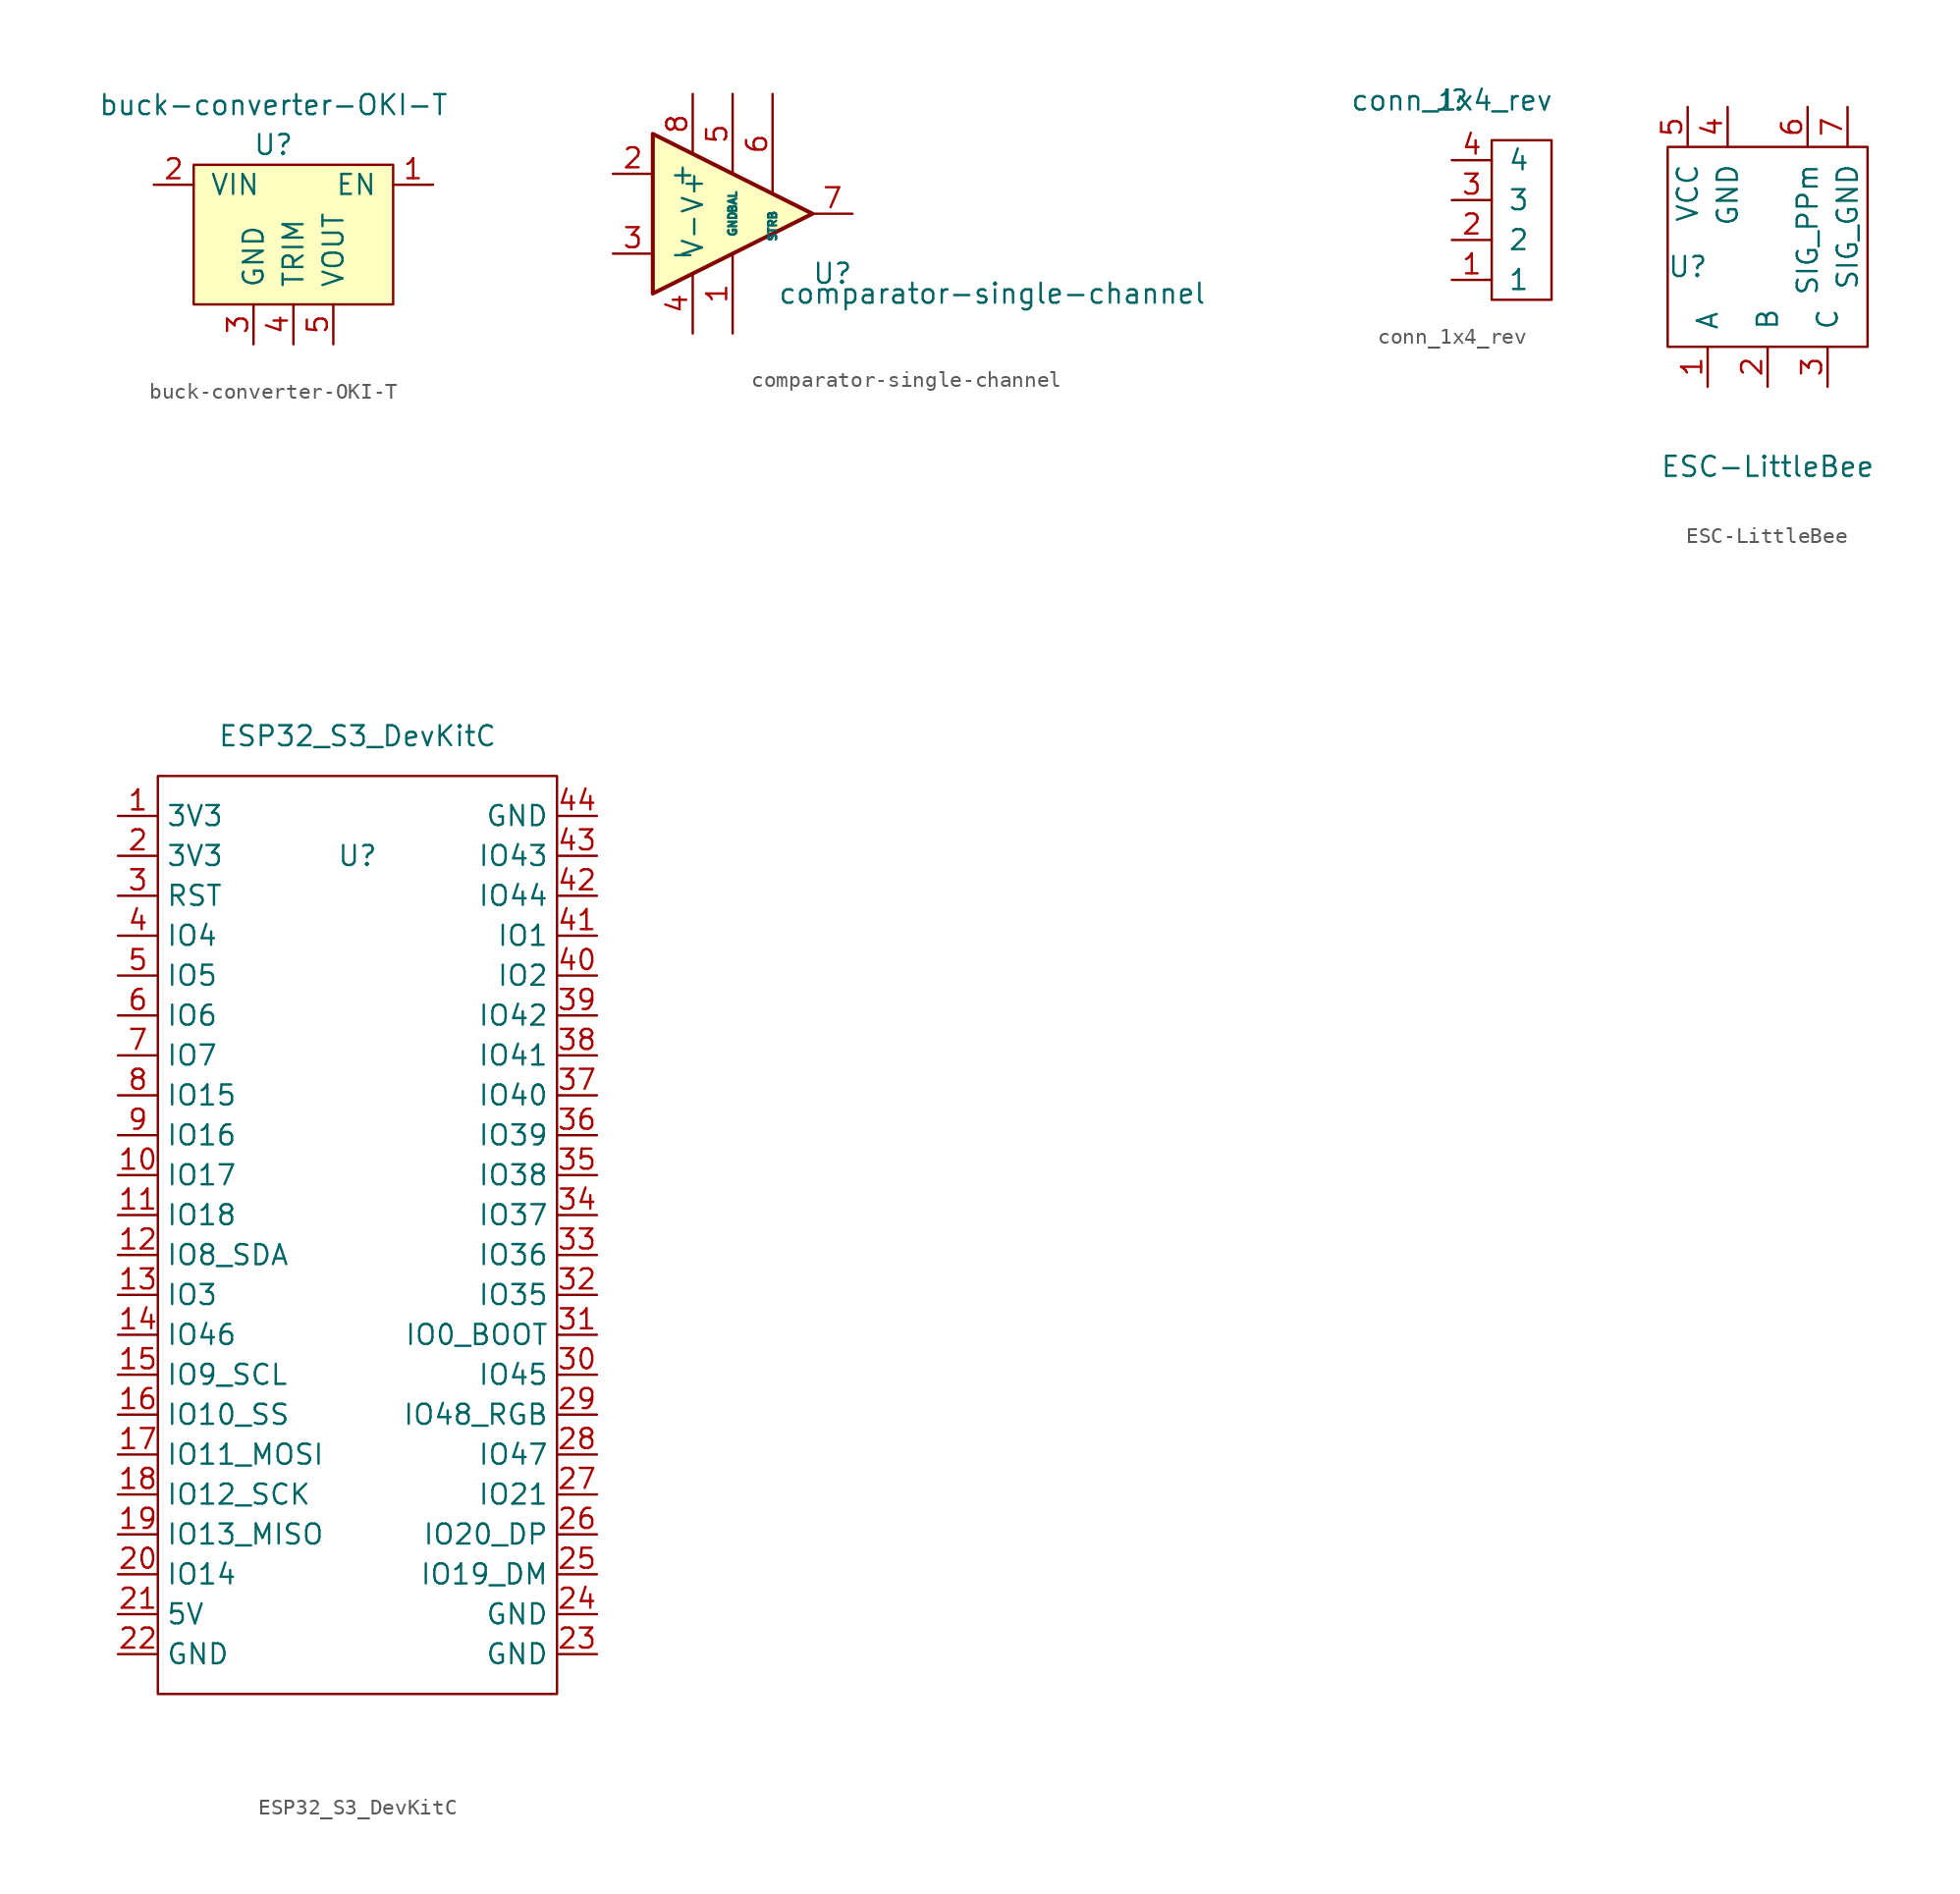
<source format=kicad_sym>
(kicad_symbol_lib
  (version 20231120)
  (generator "kicad_symbol_editor")
  (generator_version "8.0")
  (symbol "buck-converter-OKI-T"
    (pin_names
      (offset 1.016))
    (property "Reference" "U"
      (at -1.27 -1.27 0)
      (effects (font (size 1.27 1.27))))
    (property "Value" "buck-converter-OKI-T"
      (at -1.27 1.27 0)
      (effects (font (size 1.27 1.27))))
    (symbol "buck-converter-OKI-T_0_1"
      (rectangle (start -6.35 -2.54) (end 6.35 -11.43) (stroke (width 0) (type default)) (fill (type background))))
    (symbol "buck-converter-OKI-T_1_1"
      (pin passive line (at 8.89 -3.81 180) (length 2.54) (name "EN" (effects (font (size 1.27 1.27)))) (number "1" (effects (font (size 1.27 1.27)))))
      (pin passive line (at -8.89 -3.81 0) (length 2.54) (name "VIN" (effects (font (size 1.27 1.27)))) (number "2" (effects (font (size 1.27 1.27)))))
      (pin passive line (at -2.54 -13.97 90) (length 2.54) (name "GND" (effects (font (size 1.27 1.27)))) (number "3" (effects (font (size 1.27 1.27)))))
      (pin passive line (at 0 -13.97 90) (length 2.54) (name "TRIM" (effects (font (size 1.27 1.27)))) (number "4" (effects (font (size 1.27 1.27)))))
      (pin passive line (at 2.54 -13.97 90) (length 2.54) (name "VOUT" (effects (font (size 1.27 1.27)))) (number "5" (effects (font (size 1.27 1.27)))))))
  (symbol "comparator-single-channel"
    (pin_names
      (offset 1.016))
    (property "Reference" "U"
      (at 7.62 -3.81 0)
      (effects (font (size 1.27 1.27))))
    (property "Value" "comparator-single-channel"
      (at 17.78 -5.08 0)
      (effects (font (size 1.27 1.27))))
    (symbol "comparator-single-channel_1_1"
      (polyline (pts (xy 6.35 0) (xy -3.81 5.08) (xy -3.81 -5.08) (xy 6.35 0)) (stroke (width 0.254) (type default)) (fill (type background)))
      (pin passive line (at 1.27 -7.62 90) (length 5.08) (name "GND" (effects (font (size 0.508 0.508)))) (number "1" (effects (font (size 1.27 1.27)))))
      (pin passive line (at -6.35 2.54 0) (length 2.54) (name "+" (effects (font (size 1.27 1.27)))) (number "2" (effects (font (size 1.27 1.27)))))
      (pin passive line (at -6.35 -2.54 0) (length 2.54) (name "-" (effects (font (size 1.27 1.27)))) (number "3" (effects (font (size 1.27 1.27)))))
      (pin passive line (at -1.27 -7.62 90) (length 3.81) (name "V-" (effects (font (size 1.27 1.27)))) (number "4" (effects (font (size 1.27 1.27)))))
      (pin passive line (at 1.27 7.62 270) (length 5.08) (name "BAL" (effects (font (size 0.508 0.508)))) (number "5" (effects (font (size 1.27 1.27)))))
      (pin passive line (at 3.81 7.62 270) (length 6.35) (name "STRB" (effects (font (size 0.508 0.508)))) (number "6" (effects (font (size 1.27 1.27)))))
      (pin passive line (at 8.89 0 180) (length 2.54) (name "~" (effects (font (size 1.27 1.27)))) (number "7" (effects (font (size 1.27 1.27)))))
      (pin passive line (at -1.27 7.62 270) (length 3.81) (name "V+" (effects (font (size 1.27 1.27)))) (number "8" (effects (font (size 1.27 1.27)))))))
  (symbol "conn_1x4_rev"
    (pin_names
      (offset 1.016))
    (property "Reference" "J"
      (at 0 0 0)
      (effects (font (size 1.27 1.27))))
    (property "Value" "conn_1x4_rev"
      (at 0 0 0)
      (effects (font (size 1.27 1.27))))
    (symbol "conn_1x4_rev_0_1"
      (rectangle (start 2.54 -2.54) (end 6.35 -12.7) (stroke (width 0) (type default)) (fill (type none))))
    (symbol "conn_1x4_rev_1_1"
      (pin passive line (at 0 -11.43 0) (length 2.54) (name "1" (effects (font (size 1.27 1.27)))) (number "1" (effects (font (size 1.27 1.27)))))
      (pin passive line (at 0 -8.89 0) (length 2.54) (name "2" (effects (font (size 1.27 1.27)))) (number "2" (effects (font (size 1.27 1.27)))))
      (pin passive line (at 0 -6.35 0) (length 2.54) (name "3" (effects (font (size 1.27 1.27)))) (number "3" (effects (font (size 1.27 1.27)))))
      (pin passive line (at 0 -3.81 0) (length 2.54) (name "4" (effects (font (size 1.27 1.27)))) (number "4" (effects (font (size 1.27 1.27)))))))
  (symbol "ESC-LittleBee"
    (pin_names
      (offset 1.016))
    (property "Reference" "U"
      (at -5.08 11.43 0)
      (effects (font (size 1.27 1.27))))
    (property "Value" "ESC-LittleBee"
      (at 0 -1.27 0)
      (effects (font (size 1.27 1.27))))
    (symbol "ESC-LittleBee_0_1"
      (rectangle (start -6.35 19.05) (end 6.35 6.35) (stroke (width 0) (type default)) (fill (type none))))
    (symbol "ESC-LittleBee_1_1"
      (pin input line (at -3.81 3.81 90) (length 2.54) (name "A" (effects (font (size 1.27 1.27)))) (number "1" (effects (font (size 1.27 1.27)))))
      (pin input line (at 0 3.81 90) (length 2.54) (name "B" (effects (font (size 1.27 1.27)))) (number "2" (effects (font (size 1.27 1.27)))))
      (pin input line (at 3.81 3.81 90) (length 2.54) (name "C" (effects (font (size 1.27 1.27)))) (number "3" (effects (font (size 1.27 1.27)))))
      (pin input line (at -2.54 21.59 270) (length 2.54) (name "GND" (effects (font (size 1.27 1.27)))) (number "4" (effects (font (size 1.27 1.27)))))
      (pin input line (at -5.08 21.59 270) (length 2.54) (name "VCC" (effects (font (size 1.27 1.27)))) (number "5" (effects (font (size 1.27 1.27)))))
      (pin input line (at 2.54 21.59 270) (length 2.54) (name "SIG_PPm" (effects (font (size 1.27 1.27)))) (number "6" (effects (font (size 1.27 1.27)))))
      (pin input line (at 5.08 21.59 270) (length 2.54) (name "SIG_GND" (effects (font (size 1.27 1.27)))) (number "7" (effects (font (size 1.27 1.27)))))))
  (symbol "ESP32_S3_DevKitC"
    (property "Reference" "U"
      (at 0 -5.08 0)
      (effects (font (size 1.27 1.27))))
    (property "Value" "ESP32_S3_DevKitC"
      (at 0 2.54 0)
      (effects (font (size 1.27 1.27))))
    (symbol "ESP32_S3_DevKitC_0_1"
      (rectangle (start -12.7 0) (end 12.7 -58.42) (stroke (width 0.152) (type default)) (fill (type none))))
    (symbol "ESP32_S3_DevKitC_1_1"
      (pin passive line (at -15.24 -2.54 0) (length 2.54) (name "3V3" (effects (font (size 1.27 1.27)))) (number "1" (effects (font (size 1.27 1.27)))))
      (pin passive line (at -15.24 -25.4 0) (length 2.54) (name "IO17" (effects (font (size 1.27 1.27)))) (number "10" (effects (font (size 1.27 1.27)))))
      (pin passive line (at -15.24 -27.94 0) (length 2.54) (name "IO18" (effects (font (size 1.27 1.27)))) (number "11" (effects (font (size 1.27 1.27)))))
      (pin passive line (at -15.24 -30.48 0) (length 2.54) (name "IO8_SDA" (effects (font (size 1.27 1.27)))) (number "12" (effects (font (size 1.27 1.27)))))
      (pin passive line (at -15.24 -33.02 0) (length 2.54) (name "IO3" (effects (font (size 1.27 1.27)))) (number "13" (effects (font (size 1.27 1.27)))))
      (pin passive line (at -15.24 -35.56 0) (length 2.54) (name "IO46" (effects (font (size 1.27 1.27)))) (number "14" (effects (font (size 1.27 1.27)))))
      (pin passive line (at -15.24 -38.1 0) (length 2.54) (name "IO9_SCL" (effects (font (size 1.27 1.27)))) (number "15" (effects (font (size 1.27 1.27)))))
      (pin passive line (at -15.24 -40.64 0) (length 2.54) (name "IO10_SS" (effects (font (size 1.27 1.27)))) (number "16" (effects (font (size 1.27 1.27)))))
      (pin passive line (at -15.24 -43.18 0) (length 2.54) (name "IO11_MOSI" (effects (font (size 1.27 1.27)))) (number "17" (effects (font (size 1.27 1.27)))))
      (pin passive line (at -15.24 -45.72 0) (length 2.54) (name "IO12_SCK" (effects (font (size 1.27 1.27)))) (number "18" (effects (font (size 1.27 1.27)))))
      (pin passive line (at -15.24 -48.26 0) (length 2.54) (name "IO13_MISO" (effects (font (size 1.27 1.27)))) (number "19" (effects (font (size 1.27 1.27)))))
      (pin passive line (at -15.24 -5.08 0) (length 2.54) (name "3V3" (effects (font (size 1.27 1.27)))) (number "2" (effects (font (size 1.27 1.27)))))
      (pin passive line (at -15.24 -50.8 0) (length 2.54) (name "IO14" (effects (font (size 1.27 1.27)))) (number "20" (effects (font (size 1.27 1.27)))))
      (pin passive line (at -15.24 -53.34 0) (length 2.54) (name "5V" (effects (font (size 1.27 1.27)))) (number "21" (effects (font (size 1.27 1.27)))))
      (pin passive line (at -15.24 -55.88 0) (length 2.54) (name "GND" (effects (font (size 1.27 1.27)))) (number "22" (effects (font (size 1.27 1.27)))))
      (pin passive line (at 15.24 -55.88 180) (length 2.54) (name "GND" (effects (font (size 1.27 1.27)))) (number "23" (effects (font (size 1.27 1.27)))))
      (pin passive line (at 15.24 -53.34 180) (length 2.54) (name "GND" (effects (font (size 1.27 1.27)))) (number "24" (effects (font (size 1.27 1.27)))))
      (pin passive line (at 15.24 -50.8 180) (length 2.54) (name "IO19_DM" (effects (font (size 1.27 1.27)))) (number "25" (effects (font (size 1.27 1.27)))))
      (pin passive line (at 15.24 -48.26 180) (length 2.54) (name "IO20_DP" (effects (font (size 1.27 1.27)))) (number "26" (effects (font (size 1.27 1.27)))))
      (pin passive line (at 15.24 -45.72 180) (length 2.54) (name "IO21" (effects (font (size 1.27 1.27)))) (number "27" (effects (font (size 1.27 1.27)))))
      (pin passive line (at 15.24 -43.18 180) (length 2.54) (name "IO47" (effects (font (size 1.27 1.27)))) (number "28" (effects (font (size 1.27 1.27)))))
      (pin passive line (at 15.24 -40.64 180) (length 2.54) (name "IO48_RGB" (effects (font (size 1.27 1.27)))) (number "29" (effects (font (size 1.27 1.27)))))
      (pin passive line (at -15.24 -7.62 0) (length 2.54) (name "RST" (effects (font (size 1.27 1.27)))) (number "3" (effects (font (size 1.27 1.27)))))
      (pin passive line (at 15.24 -38.1 180) (length 2.54) (name "IO45" (effects (font (size 1.27 1.27)))) (number "30" (effects (font (size 1.27 1.27)))))
      (pin passive line (at 15.24 -35.56 180) (length 2.54) (name "IO0_BOOT" (effects (font (size 1.27 1.27)))) (number "31" (effects (font (size 1.27 1.27)))))
      (pin passive line (at 15.24 -33.02 180) (length 2.54) (name "IO35" (effects (font (size 1.27 1.27)))) (number "32" (effects (font (size 1.27 1.27)))))
      (pin passive line (at 15.24 -30.48 180) (length 2.54) (name "IO36" (effects (font (size 1.27 1.27)))) (number "33" (effects (font (size 1.27 1.27)))))
      (pin passive line (at 15.24 -27.94 180) (length 2.54) (name "IO37" (effects (font (size 1.27 1.27)))) (number "34" (effects (font (size 1.27 1.27)))))
      (pin passive line (at 15.24 -25.4 180) (length 2.54) (name "IO38" (effects (font (size 1.27 1.27)))) (number "35" (effects (font (size 1.27 1.27)))))
      (pin passive line (at 15.24 -22.86 180) (length 2.54) (name "IO39" (effects (font (size 1.27 1.27)))) (number "36" (effects (font (size 1.27 1.27)))))
      (pin passive line (at 15.24 -20.32 180) (length 2.54) (name "IO40" (effects (font (size 1.27 1.27)))) (number "37" (effects (font (size 1.27 1.27)))))
      (pin passive line (at 15.24 -17.78 180) (length 2.54) (name "IO41" (effects (font (size 1.27 1.27)))) (number "38" (effects (font (size 1.27 1.27)))))
      (pin passive line (at 15.24 -15.24 180) (length 2.54) (name "IO42" (effects (font (size 1.27 1.27)))) (number "39" (effects (font (size 1.27 1.27)))))
      (pin passive line (at -15.24 -10.16 0) (length 2.54) (name "IO4" (effects (font (size 1.27 1.27)))) (number "4" (effects (font (size 1.27 1.27)))))
      (pin passive line (at 15.24 -12.7 180) (length 2.54) (name "IO2" (effects (font (size 1.27 1.27)))) (number "40" (effects (font (size 1.27 1.27)))))
      (pin passive line (at 15.24 -10.16 180) (length 2.54) (name "IO1" (effects (font (size 1.27 1.27)))) (number "41" (effects (font (size 1.27 1.27)))))
      (pin passive line (at 15.24 -7.62 180) (length 2.54) (name "IO44" (effects (font (size 1.27 1.27)))) (number "42" (effects (font (size 1.27 1.27)))))
      (pin passive line (at 15.24 -5.08 180) (length 2.54) (name "IO43" (effects (font (size 1.27 1.27)))) (number "43" (effects (font (size 1.27 1.27)))))
      (pin passive line (at 15.24 -2.54 180) (length 2.54) (name "GND" (effects (font (size 1.27 1.27)))) (number "44" (effects (font (size 1.27 1.27)))))
      (pin passive line (at -15.24 -12.7 0) (length 2.54) (name "IO5" (effects (font (size 1.27 1.27)))) (number "5" (effects (font (size 1.27 1.27)))))
      (pin passive line (at -15.24 -15.24 0) (length 2.54) (name "IO6" (effects (font (size 1.27 1.27)))) (number "6" (effects (font (size 1.27 1.27)))))
      (pin passive line (at -15.24 -17.78 0) (length 2.54) (name "IO7" (effects (font (size 1.27 1.27)))) (number "7" (effects (font (size 1.27 1.27)))))
      (pin passive line (at -15.24 -20.32 0) (length 2.54) (name "IO15" (effects (font (size 1.27 1.27)))) (number "8" (effects (font (size 1.27 1.27)))))
      (pin passive line (at -15.24 -22.86 0) (length 2.54) (name "IO16" (effects (font (size 1.27 1.27)))) (number "9" (effects (font (size 1.27 1.27))))))))
</source>
